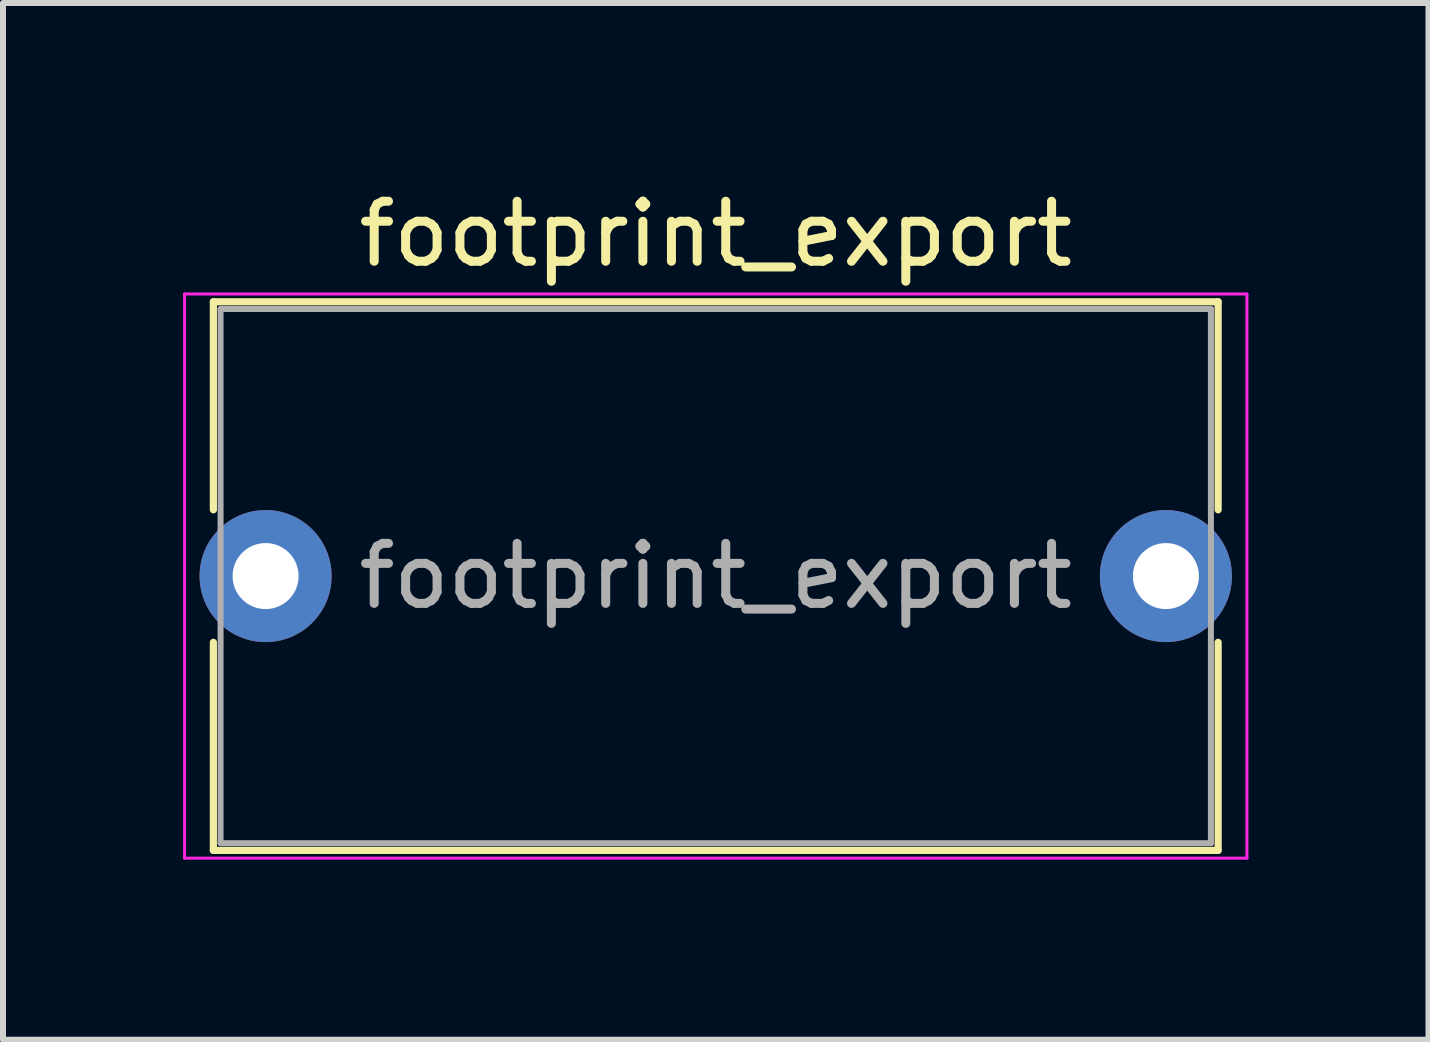
<source format=kicad_pcb>
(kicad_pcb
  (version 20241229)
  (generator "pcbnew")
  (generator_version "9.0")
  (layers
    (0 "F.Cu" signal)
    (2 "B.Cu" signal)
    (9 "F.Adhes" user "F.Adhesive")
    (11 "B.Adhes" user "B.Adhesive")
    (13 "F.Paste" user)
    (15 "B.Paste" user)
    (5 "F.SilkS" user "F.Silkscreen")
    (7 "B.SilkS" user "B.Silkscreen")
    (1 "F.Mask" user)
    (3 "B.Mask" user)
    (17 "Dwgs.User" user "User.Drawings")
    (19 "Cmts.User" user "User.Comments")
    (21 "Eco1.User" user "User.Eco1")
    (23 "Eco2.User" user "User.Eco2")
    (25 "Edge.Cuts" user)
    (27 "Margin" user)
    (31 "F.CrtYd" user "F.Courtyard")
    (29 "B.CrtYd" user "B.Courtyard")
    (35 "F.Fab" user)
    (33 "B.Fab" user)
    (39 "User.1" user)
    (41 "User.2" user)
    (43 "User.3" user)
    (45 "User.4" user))
  (footprint "footprint_export"
    (layer "F.Cu")
    (at 1.375 6.548)
    (property "Reference" "footprint_export" (at 7.5 -5.7 0) (layer "F.SilkS") (effects (font (size 1 1) (thickness 0.15))))
    (attr through_hole)
    (fp_line (start -0.87 -4.57) (end -0.87 -1.104) (stroke (width 0.12) (type solid)) (layer "F.SilkS"))
    (fp_line (start -0.87 -4.57) (end 15.87 -4.57) (stroke (width 0.12) (type solid)) (layer "F.SilkS"))
    (fp_line (start -0.87 1.104) (end -0.87 4.57) (stroke (width 0.12) (type solid)) (layer "F.SilkS"))
    (fp_line (start -0.87 4.57) (end 15.87 4.57) (stroke (width 0.12) (type solid)) (layer "F.SilkS"))
    (fp_line (start 15.87 -4.57) (end 15.87 -1.104) (stroke (width 0.12) (type solid)) (layer "F.SilkS"))
    (fp_line (start 15.87 1.104) (end 15.87 4.57) (stroke (width 0.12) (type solid)) (layer "F.SilkS"))
    (fp_line (start -1.35 -4.7) (end -1.35 4.7) (stroke (width 0.05) (type solid)) (layer "F.CrtYd"))
    (fp_line (start -1.35 4.7) (end 16.35 4.7) (stroke (width 0.05) (type solid)) (layer "F.CrtYd"))
    (fp_line (start 16.35 -4.7) (end -1.35 -4.7) (stroke (width 0.05) (type solid)) (layer "F.CrtYd"))
    (fp_line (start 16.35 4.7) (end 16.35 -4.7) (stroke (width 0.05) (type solid)) (layer "F.CrtYd"))
    (fp_line (start -0.75 -4.45) (end -0.75 4.45) (stroke (width 0.1) (type solid)) (layer "F.Fab"))
    (fp_line (start -0.75 4.45) (end 15.75 4.45) (stroke (width 0.1) (type solid)) (layer "F.Fab"))
    (fp_line (start 15.75 -4.45) (end -0.75 -4.45) (stroke (width 0.1) (type solid)) (layer "F.Fab"))
    (fp_line (start 15.75 4.45) (end 15.75 -4.45) (stroke (width 0.1) (type solid)) (layer "F.Fab"))
    (fp_text user "${REFERENCE}" (at 7.5 0 0) (layer "F.Fab") (effects (font (size 1 1) (thickness 0.15))))
    (pad "1" thru_hole circle (at 0 0) (size 2.2 2.2) (drill 1.1) (layers "*.Cu" "*.Mask"))
    (pad "2" thru_hole circle (at 15 0) (size 2.2 2.2) (drill 1.1) (layers "*.Cu" "*.Mask")))
  (gr_rect
    (start -3 -3)
    (end 20.75 14.273)
    (stroke (width 0.1) (type default))
    (fill no)
    (layer "Edge.Cuts")))
</source>
